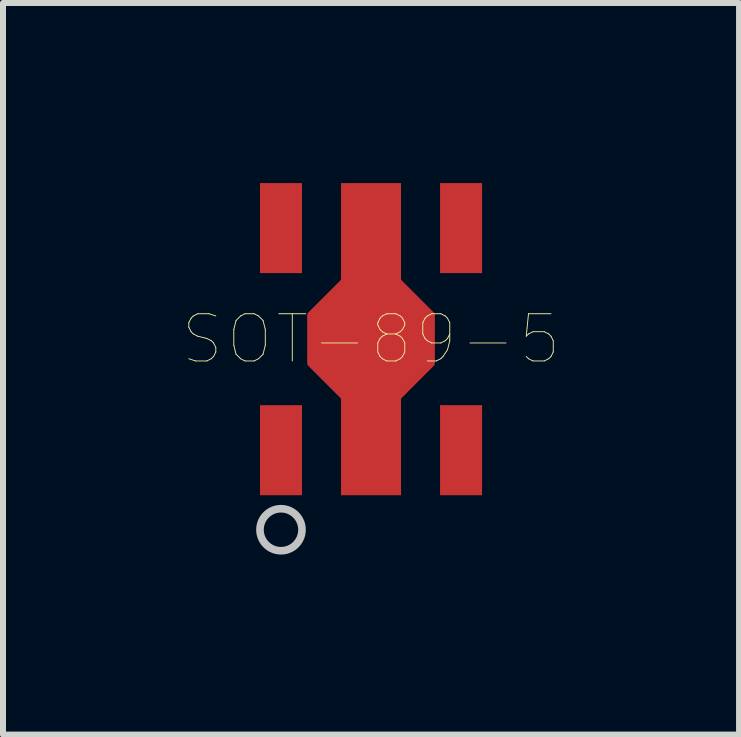
<source format=kicad_pcb>
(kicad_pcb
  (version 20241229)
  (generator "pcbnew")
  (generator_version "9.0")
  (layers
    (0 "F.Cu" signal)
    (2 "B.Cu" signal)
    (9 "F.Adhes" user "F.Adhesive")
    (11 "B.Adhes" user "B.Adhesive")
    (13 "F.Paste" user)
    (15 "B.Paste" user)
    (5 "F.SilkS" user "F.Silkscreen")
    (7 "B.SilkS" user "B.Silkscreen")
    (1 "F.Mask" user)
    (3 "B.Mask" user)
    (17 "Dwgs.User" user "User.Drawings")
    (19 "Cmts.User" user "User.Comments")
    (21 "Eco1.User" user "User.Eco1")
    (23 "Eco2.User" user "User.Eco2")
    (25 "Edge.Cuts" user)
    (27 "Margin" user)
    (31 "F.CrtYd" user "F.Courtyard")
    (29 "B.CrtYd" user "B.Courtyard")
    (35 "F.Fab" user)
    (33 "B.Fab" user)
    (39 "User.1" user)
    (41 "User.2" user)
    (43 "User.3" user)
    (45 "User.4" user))
  (footprint "SOT-89-5"
    (layer "F.Cu")
    (at 3.131 2.6)
    (property "Reference" "SOT-89-5" (at 0 0 0) (layer "F.SilkS") (effects (font (size 0.787 0.787) (thickness 0.015))))
    (attr through_hole)
    (fp_poly (pts (xy -1 -0.4) (xy -1 0.4) (xy 0 1.4) (xy 1 0.4) (xy 1 -0.4) (xy 0 -1.4)) (stroke (width 0.127) (type solid)) (fill yes) (layer "F.Cu"))
    (fp_poly (pts (xy -1 -0.4) (xy -1 0.4) (xy 0 1.4) (xy 1 0.4) (xy 1 -0.4) (xy 0 -1.4)) (stroke (width 0.127) (type solid)) (fill yes) (layer "F.Mask"))
    (fp_circle (center -1.5 3.175) (end -1.15 3.175) (stroke (width 0.127) (type solid)) (fill no) (layer "Dwgs.User"))
    (pad "1" smd rect (at -1.5 1.85) (size 0.7 1.5) (layers "F.Cu" "F.Mask" "F.Paste"))
    (pad "2" smd rect (at 0 0) (size 1 5.2) (layers "F.Cu" "F.Mask" "F.Paste"))
    (pad "3" smd rect (at 1.5 1.85) (size 0.7 1.5) (layers "F.Cu" "F.Mask" "F.Paste"))
    (pad "4" smd rect (at 1.5 -1.85) (size 0.7 1.5) (layers "F.Cu" "F.Mask" "F.Paste"))
    (pad "5" smd rect (at -1.5 -1.85) (size 0.7 1.5) (layers "F.Cu" "F.Mask" "F.Paste")))
  (gr_rect
    (start -3 -3)
    (end 9.262 9.188)
    (stroke (width 0.1) (type default))
    (fill no)
    (layer "Edge.Cuts")))
</source>
